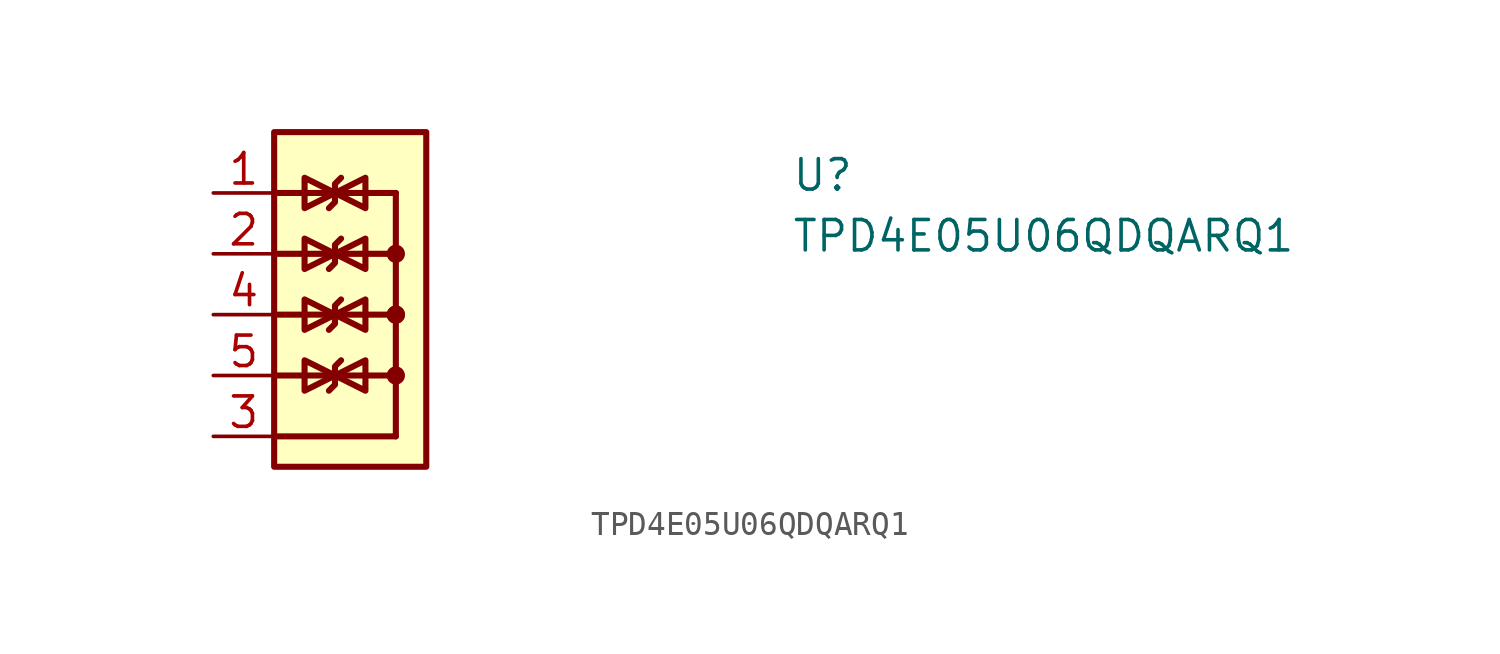
<source format=kicad_sym>
(kicad_symbol_lib
  (version 20211014)
  (generator kicad_symbol_editor)
  (symbol "TPD4E05U06QDQARQ1"
    (property "Reference" "U"
      (at 24.13 0 0)
      (effects (font (size 1.27 1.27) (thickness 0.15)) (justify left bottom)))
    (property "Value" "TPD4E05U06QDQARQ1"
      (at 24.13 -2.54 0)
      (effects (font (size 1.27 1.27) (thickness 0.15)) (justify left bottom)))
    (symbol "TPD4E05U06QDQARQ1_1_1"
      (polyline (pts (xy 2.54 -7.62) (xy 7.62 -7.62)) (stroke (width 0.254) (type default) (color 0 0 0 0)) (fill (type background)))
      (polyline (pts (xy 2.54 -5.08) (xy 7.62 -5.08)) (stroke (width 0.254) (type default) (color 0 0 0 0)) (fill (type background)))
      (polyline (pts (xy 2.54 -2.54) (xy 7.62 -2.54)) (stroke (width 0.254) (type default) (color 0 0 0 0)) (fill (type background)))
      (polyline (pts (xy 2.54 0) (xy 7.62 0)) (stroke (width 0.254) (type default) (color 0 0 0 0)) (fill (type background)))
      (polyline (pts (xy 7.62 -10.16) (xy 2.54 -10.16)) (stroke (width 0.254) (type default) (color 0 0 0 0)) (fill (type background)))
      (polyline (pts (xy 7.62 0) (xy 7.62 -10.16)) (stroke (width 0.254) (type default) (color 0 0 0 0)) (fill (type background)))
      (polyline (pts (xy 4.826 -8.255) (xy 5.08 -8.001) (xy 5.08 -7.239) (xy 5.334 -6.985)) (stroke (width 0.254) (type default) (color 0 0 0 0)) (fill (type background)))
      (polyline (pts (xy 4.826 -5.715) (xy 5.08 -5.461) (xy 5.08 -4.699) (xy 5.334 -4.445)) (stroke (width 0.254) (type default) (color 0 0 0 0)) (fill (type background)))
      (polyline (pts (xy 4.826 -3.175) (xy 5.08 -2.921) (xy 5.08 -2.159) (xy 5.334 -1.905)) (stroke (width 0.254) (type default) (color 0 0 0 0)) (fill (type background)))
      (polyline (pts (xy 4.826 -0.635) (xy 5.08 -0.381) (xy 5.08 0.381) (xy 5.334 0.635)) (stroke (width 0.254) (type default) (color 0 0 0 0)) (fill (type background)))
      (polyline (pts (xy 5.08 -7.62) (xy 3.81 -8.255) (xy 3.81 -6.985) (xy 5.08 -7.62)) (stroke (width 0.254) (type default) (color 0 0 0 0)) (fill (type background)))
      (polyline (pts (xy 5.08 -5.08) (xy 3.81 -5.715) (xy 3.81 -4.445) (xy 5.08 -5.08)) (stroke (width 0.254) (type default) (color 0 0 0 0)) (fill (type background)))
      (polyline (pts (xy 5.08 -5.08) (xy 6.35 -4.445) (xy 6.35 -5.715) (xy 5.08 -5.08)) (stroke (width 0.254) (type default) (color 0 0 0 0)) (fill (type background)))
      (polyline (pts (xy 5.08 -2.54) (xy 3.81 -3.175) (xy 3.81 -1.905) (xy 5.08 -2.54)) (stroke (width 0.254) (type default) (color 0 0 0 0)) (fill (type background)))
      (polyline (pts (xy 5.08 -2.54) (xy 6.35 -3.175) (xy 6.35 -1.905) (xy 5.08 -2.54)) (stroke (width 0.254) (type default) (color 0 0 0 0)) (fill (type background)))
      (polyline (pts (xy 5.08 0) (xy 3.81 -0.635) (xy 3.81 0.635) (xy 5.08 0)) (stroke (width 0.254) (type default) (color 0 0 0 0)) (fill (type background)))
      (polyline (pts (xy 5.08 0) (xy 6.35 -0.635) (xy 6.35 0.635) (xy 5.08 0)) (stroke (width 0.254) (type default) (color 0 0 0 0)) (fill (type background)))
      (polyline (pts (xy 6.35 -6.985) (xy 6.35 -8.255) (xy 5.08 -7.62) (xy 6.35 -6.985)) (stroke (width 0.254) (type default) (color 0 0 0 0)) (fill (type background)))
      (rectangle (start 2.54 2.54) (end 8.89 -11.43) (stroke (width 0.254) (type default) (color 0 0 0 0)) (fill (type background)))
      (circle (center 7.62 -7.62) (radius 0.254) (stroke (width 0.254) (type default) (color 0 0 0 0)) (fill (type background)))
      (circle (center 7.62 -5.08) (radius 0.254) (stroke (width 0.254) (type default) (color 0 0 0 0)) (fill (type background)))
      (circle (center 7.62 -5.08) (radius 0.254) (stroke (width 0.254) (type default) (color 0 0 0 0)) (fill (type background)))
      (circle (center 7.62 -2.54) (radius 0.254) (stroke (width 0.254) (type default) (color 0 0 0 0)) (fill (type background)))
      (pin passive line (at 0 0 0) (length 2.54) (name "~" (effects (font (size 1.27 1.27)))) (number "1" (effects (font (size 1.27 1.27)))))
      (pin passive line (at 0 0 0) (length 2.54) hide (name "~" (effects (font (size 1.27 1.27)))) (number "10" (effects (font (size 1.27 1.27)))))
      (pin passive line (at 0 -2.54 0) (length 2.54) (name "~" (effects (font (size 1.27 1.27)))) (number "2" (effects (font (size 1.27 1.27)))))
      (pin power_in line (at 0 -10.16 0) (length 2.54) (name "~" (effects (font (size 1.27 1.27)))) (number "3" (effects (font (size 1.27 1.27)))))
      (pin passive line (at 0 -5.08 0) (length 2.54) (name "~" (effects (font (size 1.27 1.27)))) (number "4" (effects (font (size 1.27 1.27)))))
      (pin passive line (at 0 -7.62 0) (length 2.54) (name "~" (effects (font (size 1.27 1.27)))) (number "5" (effects (font (size 1.27 1.27)))))
      (pin passive line (at 0 -7.62 0) (length 2.54) hide (name "~" (effects (font (size 1.27 1.27)))) (number "6" (effects (font (size 1.27 1.27)))))
      (pin passive line (at 0 -5.08 0) (length 2.54) hide (name "~" (effects (font (size 1.27 1.27)))) (number "7" (effects (font (size 1.27 1.27)))))
      (pin passive line (at 0 -10.16 0) (length 2.54) hide (name "~" (effects (font (size 1.27 1.27)))) (number "8" (effects (font (size 1.27 1.27)))))
      (pin passive line (at 0 -2.54 0) (length 2.54) hide (name "~" (effects (font (size 1.27 1.27)))) (number "9" (effects (font (size 1.27 1.27))))))))
</source>
